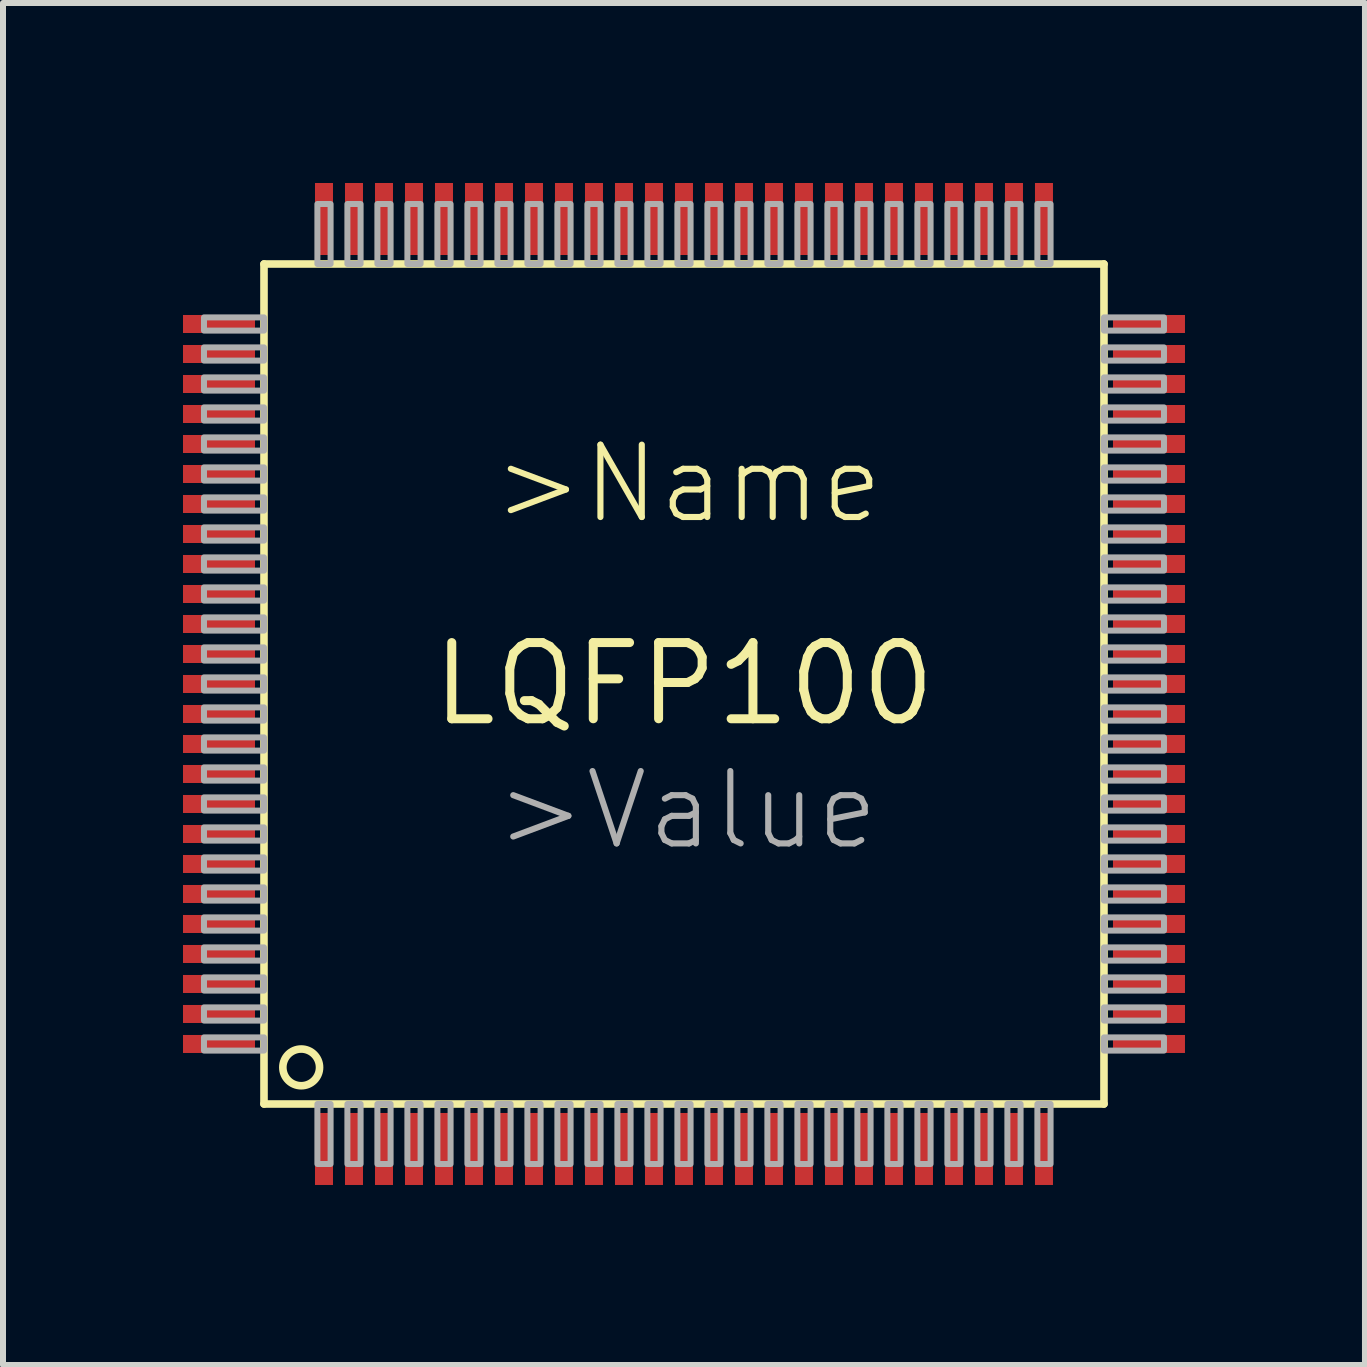
<source format=kicad_pcb>
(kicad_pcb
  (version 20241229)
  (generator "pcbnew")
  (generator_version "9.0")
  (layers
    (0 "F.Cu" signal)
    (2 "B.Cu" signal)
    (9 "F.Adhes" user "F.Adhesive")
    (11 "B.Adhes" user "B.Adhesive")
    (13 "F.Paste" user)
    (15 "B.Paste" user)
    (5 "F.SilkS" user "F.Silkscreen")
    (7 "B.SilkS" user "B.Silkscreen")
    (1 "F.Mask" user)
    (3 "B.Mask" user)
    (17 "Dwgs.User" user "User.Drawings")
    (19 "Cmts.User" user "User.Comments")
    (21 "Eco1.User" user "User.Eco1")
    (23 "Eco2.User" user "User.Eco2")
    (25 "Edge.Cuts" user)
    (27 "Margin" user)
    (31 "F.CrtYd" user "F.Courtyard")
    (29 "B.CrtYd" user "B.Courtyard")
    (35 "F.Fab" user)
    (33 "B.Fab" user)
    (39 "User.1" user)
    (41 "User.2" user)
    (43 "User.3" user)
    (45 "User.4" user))
  (footprint "LQFP100"
    (layer "F.Cu")
    (at 8.35 8.35)
    (property "Reference" "LQFP100" (at 0 0 0) (layer "F.SilkS") (effects (font (size 1.27 1.27) (thickness 0.15))))
    (attr through_hole)
    (fp_line (start -7 -7) (end 7 -7) (stroke (width 0.127) (type solid)) (layer "F.SilkS"))
    (fp_line (start -7 7) (end -7 -7) (stroke (width 0.127) (type solid)) (layer "F.SilkS"))
    (fp_line (start 7 -7) (end 7 7) (stroke (width 0.127) (type solid)) (layer "F.SilkS"))
    (fp_line (start 7 7) (end -7 7) (stroke (width 0.127) (type solid)) (layer "F.SilkS"))
    (fp_circle (center -6.38 6.39) (end -6.074 6.39) (stroke (width 0.127) (type solid)) (fill no) (layer "F.SilkS"))
    (fp_poly (pts (xy -8 -6.11) (xy -8 -5.89) (xy -7 -5.89) (xy -7 -6.11)) (stroke (width 0.1) (type solid)) (fill no) (layer "F.Fab"))
    (fp_poly (pts (xy -8 -5.61) (xy -8 -5.39) (xy -7 -5.39) (xy -7 -5.61)) (stroke (width 0.1) (type solid)) (fill no) (layer "F.Fab"))
    (fp_poly (pts (xy -8 -5.11) (xy -8 -4.89) (xy -7 -4.89) (xy -7 -5.11)) (stroke (width 0.1) (type solid)) (fill no) (layer "F.Fab"))
    (fp_poly (pts (xy -8 -4.61) (xy -8 -4.39) (xy -7 -4.39) (xy -7 -4.61)) (stroke (width 0.1) (type solid)) (fill no) (layer "F.Fab"))
    (fp_poly (pts (xy -8 -4.11) (xy -8 -3.89) (xy -7 -3.89) (xy -7 -4.11)) (stroke (width 0.1) (type solid)) (fill no) (layer "F.Fab"))
    (fp_poly (pts (xy -8 -3.61) (xy -8 -3.39) (xy -7 -3.39) (xy -7 -3.61)) (stroke (width 0.1) (type solid)) (fill no) (layer "F.Fab"))
    (fp_poly (pts (xy -8 -3.11) (xy -8 -2.89) (xy -7 -2.89) (xy -7 -3.11)) (stroke (width 0.1) (type solid)) (fill no) (layer "F.Fab"))
    (fp_poly (pts (xy -8 -2.61) (xy -8 -2.39) (xy -7 -2.39) (xy -7 -2.61)) (stroke (width 0.1) (type solid)) (fill no) (layer "F.Fab"))
    (fp_poly (pts (xy -8 -2.11) (xy -8 -1.89) (xy -7 -1.89) (xy -7 -2.11)) (stroke (width 0.1) (type solid)) (fill no) (layer "F.Fab"))
    (fp_poly (pts (xy -8 -1.61) (xy -8 -1.39) (xy -7 -1.39) (xy -7 -1.61)) (stroke (width 0.1) (type solid)) (fill no) (layer "F.Fab"))
    (fp_poly (pts (xy -8 -1.11) (xy -8 -0.89) (xy -7 -0.89) (xy -7 -1.11)) (stroke (width 0.1) (type solid)) (fill no) (layer "F.Fab"))
    (fp_poly (pts (xy -8 -0.61) (xy -8 -0.39) (xy -7 -0.39) (xy -7 -0.61)) (stroke (width 0.1) (type solid)) (fill no) (layer "F.Fab"))
    (fp_poly (pts (xy -8 -0.11) (xy -8 0.11) (xy -7 0.11) (xy -7 -0.11)) (stroke (width 0.1) (type solid)) (fill no) (layer "F.Fab"))
    (fp_poly (pts (xy -8 0.39) (xy -8 0.61) (xy -7 0.61) (xy -7 0.39)) (stroke (width 0.1) (type solid)) (fill no) (layer "F.Fab"))
    (fp_poly (pts (xy -8 0.89) (xy -8 1.11) (xy -7 1.11) (xy -7 0.89)) (stroke (width 0.1) (type solid)) (fill no) (layer "F.Fab"))
    (fp_poly (pts (xy -8 1.39) (xy -8 1.61) (xy -7 1.61) (xy -7 1.39)) (stroke (width 0.1) (type solid)) (fill no) (layer "F.Fab"))
    (fp_poly (pts (xy -8 1.89) (xy -8 2.11) (xy -7 2.11) (xy -7 1.89)) (stroke (width 0.1) (type solid)) (fill no) (layer "F.Fab"))
    (fp_poly (pts (xy -8 2.39) (xy -8 2.61) (xy -7 2.61) (xy -7 2.39)) (stroke (width 0.1) (type solid)) (fill no) (layer "F.Fab"))
    (fp_poly (pts (xy -8 2.89) (xy -8 3.11) (xy -7 3.11) (xy -7 2.89)) (stroke (width 0.1) (type solid)) (fill no) (layer "F.Fab"))
    (fp_poly (pts (xy -8 3.39) (xy -8 3.61) (xy -7 3.61) (xy -7 3.39)) (stroke (width 0.1) (type solid)) (fill no) (layer "F.Fab"))
    (fp_poly (pts (xy -8 3.89) (xy -8 4.11) (xy -7 4.11) (xy -7 3.89)) (stroke (width 0.1) (type solid)) (fill no) (layer "F.Fab"))
    (fp_poly (pts (xy -8 4.39) (xy -8 4.61) (xy -7 4.61) (xy -7 4.39)) (stroke (width 0.1) (type solid)) (fill no) (layer "F.Fab"))
    (fp_poly (pts (xy -8 4.89) (xy -8 5.11) (xy -7 5.11) (xy -7 4.89)) (stroke (width 0.1) (type solid)) (fill no) (layer "F.Fab"))
    (fp_poly (pts (xy -8 5.39) (xy -8 5.61) (xy -7 5.61) (xy -7 5.39)) (stroke (width 0.1) (type solid)) (fill no) (layer "F.Fab"))
    (fp_poly (pts (xy -8 5.89) (xy -8 6.11) (xy -7 6.11) (xy -7 5.89)) (stroke (width 0.1) (type solid)) (fill no) (layer "F.Fab"))
    (fp_poly (pts (xy -6.11 8) (xy -5.89 8) (xy -5.89 7) (xy -6.11 7)) (stroke (width 0.1) (type solid)) (fill no) (layer "F.Fab"))
    (fp_poly (pts (xy -5.89 -8) (xy -6.11 -8) (xy -6.11 -7) (xy -5.89 -7)) (stroke (width 0.1) (type solid)) (fill no) (layer "F.Fab"))
    (fp_poly (pts (xy -5.61 8) (xy -5.39 8) (xy -5.39 7) (xy -5.61 7)) (stroke (width 0.1) (type solid)) (fill no) (layer "F.Fab"))
    (fp_poly (pts (xy -5.39 -8) (xy -5.61 -8) (xy -5.61 -7) (xy -5.39 -7)) (stroke (width 0.1) (type solid)) (fill no) (layer "F.Fab"))
    (fp_poly (pts (xy -5.11 8) (xy -4.89 8) (xy -4.89 7) (xy -5.11 7)) (stroke (width 0.1) (type solid)) (fill no) (layer "F.Fab"))
    (fp_poly (pts (xy -4.89 -8) (xy -5.11 -8) (xy -5.11 -7) (xy -4.89 -7)) (stroke (width 0.1) (type solid)) (fill no) (layer "F.Fab"))
    (fp_poly (pts (xy -4.61 8) (xy -4.39 8) (xy -4.39 7) (xy -4.61 7)) (stroke (width 0.1) (type solid)) (fill no) (layer "F.Fab"))
    (fp_poly (pts (xy -4.39 -8) (xy -4.61 -8) (xy -4.61 -7) (xy -4.39 -7)) (stroke (width 0.1) (type solid)) (fill no) (layer "F.Fab"))
    (fp_poly (pts (xy -4.11 8) (xy -3.89 8) (xy -3.89 7) (xy -4.11 7)) (stroke (width 0.1) (type solid)) (fill no) (layer "F.Fab"))
    (fp_poly (pts (xy -3.89 -8) (xy -4.11 -8) (xy -4.11 -7) (xy -3.89 -7)) (stroke (width 0.1) (type solid)) (fill no) (layer "F.Fab"))
    (fp_poly (pts (xy -3.61 8) (xy -3.39 8) (xy -3.39 7) (xy -3.61 7)) (stroke (width 0.1) (type solid)) (fill no) (layer "F.Fab"))
    (fp_poly (pts (xy -3.39 -8) (xy -3.61 -8) (xy -3.61 -7) (xy -3.39 -7)) (stroke (width 0.1) (type solid)) (fill no) (layer "F.Fab"))
    (fp_poly (pts (xy -3.11 8) (xy -2.89 8) (xy -2.89 7) (xy -3.11 7)) (stroke (width 0.1) (type solid)) (fill no) (layer "F.Fab"))
    (fp_poly (pts (xy -2.89 -8) (xy -3.11 -8) (xy -3.11 -7) (xy -2.89 -7)) (stroke (width 0.1) (type solid)) (fill no) (layer "F.Fab"))
    (fp_poly (pts (xy -2.61 8) (xy -2.39 8) (xy -2.39 7) (xy -2.61 7)) (stroke (width 0.1) (type solid)) (fill no) (layer "F.Fab"))
    (fp_poly (pts (xy -2.39 -8) (xy -2.61 -8) (xy -2.61 -7) (xy -2.39 -7)) (stroke (width 0.1) (type solid)) (fill no) (layer "F.Fab"))
    (fp_poly (pts (xy -2.11 8) (xy -1.89 8) (xy -1.89 7) (xy -2.11 7)) (stroke (width 0.1) (type solid)) (fill no) (layer "F.Fab"))
    (fp_poly (pts (xy -1.89 -8) (xy -2.11 -8) (xy -2.11 -7) (xy -1.89 -7)) (stroke (width 0.1) (type solid)) (fill no) (layer "F.Fab"))
    (fp_poly (pts (xy -1.61 8) (xy -1.39 8) (xy -1.39 7) (xy -1.61 7)) (stroke (width 0.1) (type solid)) (fill no) (layer "F.Fab"))
    (fp_poly (pts (xy -1.39 -8) (xy -1.61 -8) (xy -1.61 -7) (xy -1.39 -7)) (stroke (width 0.1) (type solid)) (fill no) (layer "F.Fab"))
    (fp_poly (pts (xy -1.11 8) (xy -0.89 8) (xy -0.89 7) (xy -1.11 7)) (stroke (width 0.1) (type solid)) (fill no) (layer "F.Fab"))
    (fp_poly (pts (xy -0.89 -8) (xy -1.11 -8) (xy -1.11 -7) (xy -0.89 -7)) (stroke (width 0.1) (type solid)) (fill no) (layer "F.Fab"))
    (fp_poly (pts (xy -0.61 8) (xy -0.39 8) (xy -0.39 7) (xy -0.61 7)) (stroke (width 0.1) (type solid)) (fill no) (layer "F.Fab"))
    (fp_poly (pts (xy -0.39 -8) (xy -0.61 -8) (xy -0.61 -7) (xy -0.39 -7)) (stroke (width 0.1) (type solid)) (fill no) (layer "F.Fab"))
    (fp_poly (pts (xy -0.11 8) (xy 0.11 8) (xy 0.11 7) (xy -0.11 7)) (stroke (width 0.1) (type solid)) (fill no) (layer "F.Fab"))
    (fp_poly (pts (xy 0.11 -8) (xy -0.11 -8) (xy -0.11 -7) (xy 0.11 -7)) (stroke (width 0.1) (type solid)) (fill no) (layer "F.Fab"))
    (fp_poly (pts (xy 0.39 8) (xy 0.61 8) (xy 0.61 7) (xy 0.39 7)) (stroke (width 0.1) (type solid)) (fill no) (layer "F.Fab"))
    (fp_poly (pts (xy 0.61 -8) (xy 0.39 -8) (xy 0.39 -7) (xy 0.61 -7)) (stroke (width 0.1) (type solid)) (fill no) (layer "F.Fab"))
    (fp_poly (pts (xy 0.89 8) (xy 1.11 8) (xy 1.11 7) (xy 0.89 7)) (stroke (width 0.1) (type solid)) (fill no) (layer "F.Fab"))
    (fp_poly (pts (xy 1.11 -8) (xy 0.89 -8) (xy 0.89 -7) (xy 1.11 -7)) (stroke (width 0.1) (type solid)) (fill no) (layer "F.Fab"))
    (fp_poly (pts (xy 1.39 8) (xy 1.61 8) (xy 1.61 7) (xy 1.39 7)) (stroke (width 0.1) (type solid)) (fill no) (layer "F.Fab"))
    (fp_poly (pts (xy 1.61 -8) (xy 1.39 -8) (xy 1.39 -7) (xy 1.61 -7)) (stroke (width 0.1) (type solid)) (fill no) (layer "F.Fab"))
    (fp_poly (pts (xy 1.89 8) (xy 2.11 8) (xy 2.11 7) (xy 1.89 7)) (stroke (width 0.1) (type solid)) (fill no) (layer "F.Fab"))
    (fp_poly (pts (xy 2.11 -8) (xy 1.89 -8) (xy 1.89 -7) (xy 2.11 -7)) (stroke (width 0.1) (type solid)) (fill no) (layer "F.Fab"))
    (fp_poly (pts (xy 2.39 8) (xy 2.61 8) (xy 2.61 7) (xy 2.39 7)) (stroke (width 0.1) (type solid)) (fill no) (layer "F.Fab"))
    (fp_poly (pts (xy 2.61 -8) (xy 2.39 -8) (xy 2.39 -7) (xy 2.61 -7)) (stroke (width 0.1) (type solid)) (fill no) (layer "F.Fab"))
    (fp_poly (pts (xy 2.89 8) (xy 3.11 8) (xy 3.11 7) (xy 2.89 7)) (stroke (width 0.1) (type solid)) (fill no) (layer "F.Fab"))
    (fp_poly (pts (xy 3.11 -8) (xy 2.89 -8) (xy 2.89 -7) (xy 3.11 -7)) (stroke (width 0.1) (type solid)) (fill no) (layer "F.Fab"))
    (fp_poly (pts (xy 3.39 8) (xy 3.61 8) (xy 3.61 7) (xy 3.39 7)) (stroke (width 0.1) (type solid)) (fill no) (layer "F.Fab"))
    (fp_poly (pts (xy 3.61 -8) (xy 3.39 -8) (xy 3.39 -7) (xy 3.61 -7)) (stroke (width 0.1) (type solid)) (fill no) (layer "F.Fab"))
    (fp_poly (pts (xy 3.89 8) (xy 4.11 8) (xy 4.11 7) (xy 3.89 7)) (stroke (width 0.1) (type solid)) (fill no) (layer "F.Fab"))
    (fp_poly (pts (xy 4.11 -8) (xy 3.89 -8) (xy 3.89 -7) (xy 4.11 -7)) (stroke (width 0.1) (type solid)) (fill no) (layer "F.Fab"))
    (fp_poly (pts (xy 4.39 8) (xy 4.61 8) (xy 4.61 7) (xy 4.39 7)) (stroke (width 0.1) (type solid)) (fill no) (layer "F.Fab"))
    (fp_poly (pts (xy 4.61 -8) (xy 4.39 -8) (xy 4.39 -7) (xy 4.61 -7)) (stroke (width 0.1) (type solid)) (fill no) (layer "F.Fab"))
    (fp_poly (pts (xy 4.89 8) (xy 5.11 8) (xy 5.11 7) (xy 4.89 7)) (stroke (width 0.1) (type solid)) (fill no) (layer "F.Fab"))
    (fp_poly (pts (xy 5.11 -8) (xy 4.89 -8) (xy 4.89 -7) (xy 5.11 -7)) (stroke (width 0.1) (type solid)) (fill no) (layer "F.Fab"))
    (fp_poly (pts (xy 5.39 8) (xy 5.61 8) (xy 5.61 7) (xy 5.39 7)) (stroke (width 0.1) (type solid)) (fill no) (layer "F.Fab"))
    (fp_poly (pts (xy 5.61 -8) (xy 5.39 -8) (xy 5.39 -7) (xy 5.61 -7)) (stroke (width 0.1) (type solid)) (fill no) (layer "F.Fab"))
    (fp_poly (pts (xy 5.89 8) (xy 6.11 8) (xy 6.11 7) (xy 5.89 7)) (stroke (width 0.1) (type solid)) (fill no) (layer "F.Fab"))
    (fp_poly (pts (xy 6.11 -8) (xy 5.89 -8) (xy 5.89 -7) (xy 6.11 -7)) (stroke (width 0.1) (type solid)) (fill no) (layer "F.Fab"))
    (fp_poly (pts (xy 8 -5.89) (xy 8 -6.11) (xy 7 -6.11) (xy 7 -5.89)) (stroke (width 0.1) (type solid)) (fill no) (layer "F.Fab"))
    (fp_poly (pts (xy 8 -5.39) (xy 8 -5.61) (xy 7 -5.61) (xy 7 -5.39)) (stroke (width 0.1) (type solid)) (fill no) (layer "F.Fab"))
    (fp_poly (pts (xy 8 -4.89) (xy 8 -5.11) (xy 7 -5.11) (xy 7 -4.89)) (stroke (width 0.1) (type solid)) (fill no) (layer "F.Fab"))
    (fp_poly (pts (xy 8 -4.39) (xy 8 -4.61) (xy 7 -4.61) (xy 7 -4.39)) (stroke (width 0.1) (type solid)) (fill no) (layer "F.Fab"))
    (fp_poly (pts (xy 8 -3.89) (xy 8 -4.11) (xy 7 -4.11) (xy 7 -3.89)) (stroke (width 0.1) (type solid)) (fill no) (layer "F.Fab"))
    (fp_poly (pts (xy 8 -3.39) (xy 8 -3.61) (xy 7 -3.61) (xy 7 -3.39)) (stroke (width 0.1) (type solid)) (fill no) (layer "F.Fab"))
    (fp_poly (pts (xy 8 -2.89) (xy 8 -3.11) (xy 7 -3.11) (xy 7 -2.89)) (stroke (width 0.1) (type solid)) (fill no) (layer "F.Fab"))
    (fp_poly (pts (xy 8 -2.39) (xy 8 -2.61) (xy 7 -2.61) (xy 7 -2.39)) (stroke (width 0.1) (type solid)) (fill no) (layer "F.Fab"))
    (fp_poly (pts (xy 8 -1.89) (xy 8 -2.11) (xy 7 -2.11) (xy 7 -1.89)) (stroke (width 0.1) (type solid)) (fill no) (layer "F.Fab"))
    (fp_poly (pts (xy 8 -1.39) (xy 8 -1.61) (xy 7 -1.61) (xy 7 -1.39)) (stroke (width 0.1) (type solid)) (fill no) (layer "F.Fab"))
    (fp_poly (pts (xy 8 -0.89) (xy 8 -1.11) (xy 7 -1.11) (xy 7 -0.89)) (stroke (width 0.1) (type solid)) (fill no) (layer "F.Fab"))
    (fp_poly (pts (xy 8 -0.39) (xy 8 -0.61) (xy 7 -0.61) (xy 7 -0.39)) (stroke (width 0.1) (type solid)) (fill no) (layer "F.Fab"))
    (fp_poly (pts (xy 8 0.11) (xy 8 -0.11) (xy 7 -0.11) (xy 7 0.11)) (stroke (width 0.1) (type solid)) (fill no) (layer "F.Fab"))
    (fp_poly (pts (xy 8 0.61) (xy 8 0.39) (xy 7 0.39) (xy 7 0.61)) (stroke (width 0.1) (type solid)) (fill no) (layer "F.Fab"))
    (fp_poly (pts (xy 8 1.11) (xy 8 0.89) (xy 7 0.89) (xy 7 1.11)) (stroke (width 0.1) (type solid)) (fill no) (layer "F.Fab"))
    (fp_poly (pts (xy 8 1.61) (xy 8 1.39) (xy 7 1.39) (xy 7 1.61)) (stroke (width 0.1) (type solid)) (fill no) (layer "F.Fab"))
    (fp_poly (pts (xy 8 2.11) (xy 8 1.89) (xy 7 1.89) (xy 7 2.11)) (stroke (width 0.1) (type solid)) (fill no) (layer "F.Fab"))
    (fp_poly (pts (xy 8 2.61) (xy 8 2.39) (xy 7 2.39) (xy 7 2.61)) (stroke (width 0.1) (type solid)) (fill no) (layer "F.Fab"))
    (fp_poly (pts (xy 8 3.11) (xy 8 2.89) (xy 7 2.89) (xy 7 3.11)) (stroke (width 0.1) (type solid)) (fill no) (layer "F.Fab"))
    (fp_poly (pts (xy 8 3.61) (xy 8 3.39) (xy 7 3.39) (xy 7 3.61)) (stroke (width 0.1) (type solid)) (fill no) (layer "F.Fab"))
    (fp_poly (pts (xy 8 4.11) (xy 8 3.89) (xy 7 3.89) (xy 7 4.11)) (stroke (width 0.1) (type solid)) (fill no) (layer "F.Fab"))
    (fp_poly (pts (xy 8 4.61) (xy 8 4.39) (xy 7 4.39) (xy 7 4.61)) (stroke (width 0.1) (type solid)) (fill no) (layer "F.Fab"))
    (fp_poly (pts (xy 8 5.11) (xy 8 4.89) (xy 7 4.89) (xy 7 5.11)) (stroke (width 0.1) (type solid)) (fill no) (layer "F.Fab"))
    (fp_poly (pts (xy 8 5.61) (xy 8 5.39) (xy 7 5.39) (xy 7 5.61)) (stroke (width 0.1) (type solid)) (fill no) (layer "F.Fab"))
    (fp_poly (pts (xy 8 6.11) (xy 8 5.89) (xy 7 5.89) (xy 7 6.11)) (stroke (width 0.1) (type solid)) (fill no) (layer "F.Fab"))
    (fp_text user ">Name" (at -3.24 -2.63 0) (layer "F.SilkS") (effects (font (size 1.206 1.206) (thickness 0.102)) (justify left bottom)))
    (fp_text user ">Value" (at -3.2 2.81 0) (layer "F.Fab") (effects (font (size 1.206 1.206) (thickness 0.102)) (justify left bottom)))
    (pad "1" smd rect (at -6 7.75 90) (size 1.2 0.3) (layers "F.Cu" "F.Mask" "F.Paste"))
    (pad "2" smd rect (at -5.5 7.75 90) (size 1.2 0.3) (layers "F.Cu" "F.Mask" "F.Paste"))
    (pad "3" smd rect (at -5 7.75 90) (size 1.2 0.3) (layers "F.Cu" "F.Mask" "F.Paste"))
    (pad "4" smd rect (at -4.5 7.75 90) (size 1.2 0.3) (layers "F.Cu" "F.Mask" "F.Paste"))
    (pad "5" smd rect (at -4 7.75 90) (size 1.2 0.3) (layers "F.Cu" "F.Mask" "F.Paste"))
    (pad "6" smd rect (at -3.5 7.75 90) (size 1.2 0.3) (layers "F.Cu" "F.Mask" "F.Paste"))
    (pad "7" smd rect (at -3 7.75 90) (size 1.2 0.3) (layers "F.Cu" "F.Mask" "F.Paste"))
    (pad "8" smd rect (at -2.5 7.75 90) (size 1.2 0.3) (layers "F.Cu" "F.Mask" "F.Paste"))
    (pad "9" smd rect (at -2 7.75 90) (size 1.2 0.3) (layers "F.Cu" "F.Mask" "F.Paste"))
    (pad "10" smd rect (at -1.5 7.75 90) (size 1.2 0.3) (layers "F.Cu" "F.Mask" "F.Paste"))
    (pad "11" smd rect (at -1 7.75 90) (size 1.2 0.3) (layers "F.Cu" "F.Mask" "F.Paste"))
    (pad "12" smd rect (at -0.5 7.75 90) (size 1.2 0.3) (layers "F.Cu" "F.Mask" "F.Paste"))
    (pad "13" smd rect (at 0 7.75 90) (size 1.2 0.3) (layers "F.Cu" "F.Mask" "F.Paste"))
    (pad "14" smd rect (at 0.5 7.75 90) (size 1.2 0.3) (layers "F.Cu" "F.Mask" "F.Paste"))
    (pad "15" smd rect (at 1 7.75 90) (size 1.2 0.3) (layers "F.Cu" "F.Mask" "F.Paste"))
    (pad "16" smd rect (at 1.5 7.75 90) (size 1.2 0.3) (layers "F.Cu" "F.Mask" "F.Paste"))
    (pad "17" smd rect (at 2 7.75 90) (size 1.2 0.3) (layers "F.Cu" "F.Mask" "F.Paste"))
    (pad "18" smd rect (at 2.5 7.75 90) (size 1.2 0.3) (layers "F.Cu" "F.Mask" "F.Paste"))
    (pad "19" smd rect (at 3 7.75 90) (size 1.2 0.3) (layers "F.Cu" "F.Mask" "F.Paste"))
    (pad "20" smd rect (at 3.5 7.75 90) (size 1.2 0.3) (layers "F.Cu" "F.Mask" "F.Paste"))
    (pad "21" smd rect (at 4 7.75 90) (size 1.2 0.3) (layers "F.Cu" "F.Mask" "F.Paste"))
    (pad "22" smd rect (at 4.5 7.75 90) (size 1.2 0.3) (layers "F.Cu" "F.Mask" "F.Paste"))
    (pad "23" smd rect (at 5 7.75 90) (size 1.2 0.3) (layers "F.Cu" "F.Mask" "F.Paste"))
    (pad "24" smd rect (at 5.5 7.75 90) (size 1.2 0.3) (layers "F.Cu" "F.Mask" "F.Paste"))
    (pad "25" smd rect (at 6 7.75 90) (size 1.2 0.3) (layers "F.Cu" "F.Mask" "F.Paste"))
    (pad "26" smd rect (at 7.75 6 180) (size 1.2 0.3) (layers "F.Cu" "F.Mask" "F.Paste"))
    (pad "27" smd rect (at 7.75 5.5 180) (size 1.2 0.3) (layers "F.Cu" "F.Mask" "F.Paste"))
    (pad "28" smd rect (at 7.75 5 180) (size 1.2 0.3) (layers "F.Cu" "F.Mask" "F.Paste"))
    (pad "29" smd rect (at 7.75 4.5 180) (size 1.2 0.3) (layers "F.Cu" "F.Mask" "F.Paste"))
    (pad "30" smd rect (at 7.75 4 180) (size 1.2 0.3) (layers "F.Cu" "F.Mask" "F.Paste"))
    (pad "31" smd rect (at 7.75 3.5 180) (size 1.2 0.3) (layers "F.Cu" "F.Mask" "F.Paste"))
    (pad "32" smd rect (at 7.75 3 180) (size 1.2 0.3) (layers "F.Cu" "F.Mask" "F.Paste"))
    (pad "33" smd rect (at 7.75 2.5 180) (size 1.2 0.3) (layers "F.Cu" "F.Mask" "F.Paste"))
    (pad "34" smd rect (at 7.75 2 180) (size 1.2 0.3) (layers "F.Cu" "F.Mask" "F.Paste"))
    (pad "35" smd rect (at 7.75 1.5 180) (size 1.2 0.3) (layers "F.Cu" "F.Mask" "F.Paste"))
    (pad "36" smd rect (at 7.75 1 180) (size 1.2 0.3) (layers "F.Cu" "F.Mask" "F.Paste"))
    (pad "37" smd rect (at 7.75 0.5 180) (size 1.2 0.3) (layers "F.Cu" "F.Mask" "F.Paste"))
    (pad "38" smd rect (at 7.75 0 180) (size 1.2 0.3) (layers "F.Cu" "F.Mask" "F.Paste"))
    (pad "39" smd rect (at 7.75 -0.5 180) (size 1.2 0.3) (layers "F.Cu" "F.Mask" "F.Paste"))
    (pad "40" smd rect (at 7.75 -1 180) (size 1.2 0.3) (layers "F.Cu" "F.Mask" "F.Paste"))
    (pad "41" smd rect (at 7.75 -1.5 180) (size 1.2 0.3) (layers "F.Cu" "F.Mask" "F.Paste"))
    (pad "42" smd rect (at 7.75 -2 180) (size 1.2 0.3) (layers "F.Cu" "F.Mask" "F.Paste"))
    (pad "43" smd rect (at 7.75 -2.5 180) (size 1.2 0.3) (layers "F.Cu" "F.Mask" "F.Paste"))
    (pad "44" smd rect (at 7.75 -3 180) (size 1.2 0.3) (layers "F.Cu" "F.Mask" "F.Paste"))
    (pad "45" smd rect (at 7.75 -3.5 180) (size 1.2 0.3) (layers "F.Cu" "F.Mask" "F.Paste"))
    (pad "46" smd rect (at 7.75 -4 180) (size 1.2 0.3) (layers "F.Cu" "F.Mask" "F.Paste"))
    (pad "47" smd rect (at 7.75 -4.5 180) (size 1.2 0.3) (layers "F.Cu" "F.Mask" "F.Paste"))
    (pad "48" smd rect (at 7.75 -5 180) (size 1.2 0.3) (layers "F.Cu" "F.Mask" "F.Paste"))
    (pad "49" smd rect (at 7.75 -5.5 180) (size 1.2 0.3) (layers "F.Cu" "F.Mask" "F.Paste"))
    (pad "50" smd rect (at 7.75 -6 180) (size 1.2 0.3) (layers "F.Cu" "F.Mask" "F.Paste"))
    (pad "51" smd rect (at 6 -7.75 270) (size 1.2 0.3) (layers "F.Cu" "F.Mask" "F.Paste"))
    (pad "52" smd rect (at 5.5 -7.75 270) (size 1.2 0.3) (layers "F.Cu" "F.Mask" "F.Paste"))
    (pad "53" smd rect (at 5 -7.75 270) (size 1.2 0.3) (layers "F.Cu" "F.Mask" "F.Paste"))
    (pad "54" smd rect (at 4.5 -7.75 270) (size 1.2 0.3) (layers "F.Cu" "F.Mask" "F.Paste"))
    (pad "55" smd rect (at 4 -7.75 270) (size 1.2 0.3) (layers "F.Cu" "F.Mask" "F.Paste"))
    (pad "56" smd rect (at 3.5 -7.75 270) (size 1.2 0.3) (layers "F.Cu" "F.Mask" "F.Paste"))
    (pad "57" smd rect (at 3 -7.75 270) (size 1.2 0.3) (layers "F.Cu" "F.Mask" "F.Paste"))
    (pad "58" smd rect (at 2.5 -7.75 270) (size 1.2 0.3) (layers "F.Cu" "F.Mask" "F.Paste"))
    (pad "59" smd rect (at 2 -7.75 270) (size 1.2 0.3) (layers "F.Cu" "F.Mask" "F.Paste"))
    (pad "60" smd rect (at 1.5 -7.75 270) (size 1.2 0.3) (layers "F.Cu" "F.Mask" "F.Paste"))
    (pad "61" smd rect (at 1 -7.75 270) (size 1.2 0.3) (layers "F.Cu" "F.Mask" "F.Paste"))
    (pad "62" smd rect (at 0.5 -7.75 270) (size 1.2 0.3) (layers "F.Cu" "F.Mask" "F.Paste"))
    (pad "63" smd rect (at 0 -7.75 270) (size 1.2 0.3) (layers "F.Cu" "F.Mask" "F.Paste"))
    (pad "64" smd rect (at -0.5 -7.75 270) (size 1.2 0.3) (layers "F.Cu" "F.Mask" "F.Paste"))
    (pad "65" smd rect (at -1 -7.75 270) (size 1.2 0.3) (layers "F.Cu" "F.Mask" "F.Paste"))
    (pad "66" smd rect (at -1.5 -7.75 270) (size 1.2 0.3) (layers "F.Cu" "F.Mask" "F.Paste"))
    (pad "67" smd rect (at -2 -7.75 270) (size 1.2 0.3) (layers "F.Cu" "F.Mask" "F.Paste"))
    (pad "68" smd rect (at -2.5 -7.75 270) (size 1.2 0.3) (layers "F.Cu" "F.Mask" "F.Paste"))
    (pad "69" smd rect (at -3 -7.75 270) (size 1.2 0.3) (layers "F.Cu" "F.Mask" "F.Paste"))
    (pad "70" smd rect (at -3.5 -7.75 270) (size 1.2 0.3) (layers "F.Cu" "F.Mask" "F.Paste"))
    (pad "71" smd rect (at -4 -7.75 270) (size 1.2 0.3) (layers "F.Cu" "F.Mask" "F.Paste"))
    (pad "72" smd rect (at -4.5 -7.75 270) (size 1.2 0.3) (layers "F.Cu" "F.Mask" "F.Paste"))
    (pad "73" smd rect (at -5 -7.75 270) (size 1.2 0.3) (layers "F.Cu" "F.Mask" "F.Paste"))
    (pad "74" smd rect (at -5.5 -7.75 270) (size 1.2 0.3) (layers "F.Cu" "F.Mask" "F.Paste"))
    (pad "75" smd rect (at -6 -7.75 270) (size 1.2 0.3) (layers "F.Cu" "F.Mask" "F.Paste"))
    (pad "76" smd rect (at -7.75 -6) (size 1.2 0.3) (layers "F.Cu" "F.Mask" "F.Paste"))
    (pad "77" smd rect (at -7.75 -5.5) (size 1.2 0.3) (layers "F.Cu" "F.Mask" "F.Paste"))
    (pad "78" smd rect (at -7.75 -5) (size 1.2 0.3) (layers "F.Cu" "F.Mask" "F.Paste"))
    (pad "79" smd rect (at -7.75 -4.5) (size 1.2 0.3) (layers "F.Cu" "F.Mask" "F.Paste"))
    (pad "80" smd rect (at -7.75 -4) (size 1.2 0.3) (layers "F.Cu" "F.Mask" "F.Paste"))
    (pad "81" smd rect (at -7.75 -3.5) (size 1.2 0.3) (layers "F.Cu" "F.Mask" "F.Paste"))
    (pad "82" smd rect (at -7.75 -3) (size 1.2 0.3) (layers "F.Cu" "F.Mask" "F.Paste"))
    (pad "83" smd rect (at -7.75 -2.5) (size 1.2 0.3) (layers "F.Cu" "F.Mask" "F.Paste"))
    (pad "84" smd rect (at -7.75 -2) (size 1.2 0.3) (layers "F.Cu" "F.Mask" "F.Paste"))
    (pad "85" smd rect (at -7.75 -1.5) (size 1.2 0.3) (layers "F.Cu" "F.Mask" "F.Paste"))
    (pad "86" smd rect (at -7.75 -1) (size 1.2 0.3) (layers "F.Cu" "F.Mask" "F.Paste"))
    (pad "87" smd rect (at -7.75 -0.5) (size 1.2 0.3) (layers "F.Cu" "F.Mask" "F.Paste"))
    (pad "88" smd rect (at -7.75 0) (size 1.2 0.3) (layers "F.Cu" "F.Mask" "F.Paste"))
    (pad "89" smd rect (at -7.75 0.5) (size 1.2 0.3) (layers "F.Cu" "F.Mask" "F.Paste"))
    (pad "90" smd rect (at -7.75 1) (size 1.2 0.3) (layers "F.Cu" "F.Mask" "F.Paste"))
    (pad "91" smd rect (at -7.75 1.5) (size 1.2 0.3) (layers "F.Cu" "F.Mask" "F.Paste"))
    (pad "92" smd rect (at -7.75 2) (size 1.2 0.3) (layers "F.Cu" "F.Mask" "F.Paste"))
    (pad "93" smd rect (at -7.75 2.5) (size 1.2 0.3) (layers "F.Cu" "F.Mask" "F.Paste"))
    (pad "94" smd rect (at -7.75 3) (size 1.2 0.3) (layers "F.Cu" "F.Mask" "F.Paste"))
    (pad "95" smd rect (at -7.75 3.5) (size 1.2 0.3) (layers "F.Cu" "F.Mask" "F.Paste"))
    (pad "96" smd rect (at -7.75 4) (size 1.2 0.3) (layers "F.Cu" "F.Mask" "F.Paste"))
    (pad "97" smd rect (at -7.75 4.5) (size 1.2 0.3) (layers "F.Cu" "F.Mask" "F.Paste"))
    (pad "98" smd rect (at -7.75 5) (size 1.2 0.3) (layers "F.Cu" "F.Mask" "F.Paste"))
    (pad "99" smd rect (at -7.75 5.5) (size 1.2 0.3) (layers "F.Cu" "F.Mask" "F.Paste"))
    (pad "100" smd rect (at -7.75 6) (size 1.2 0.3) (layers "F.Cu" "F.Mask" "F.Paste")))
  (gr_rect
    (start -3 -3)
    (end 19.7 19.7)
    (stroke (width 0.1) (type default))
    (fill no)
    (layer "Edge.Cuts")))
</source>
